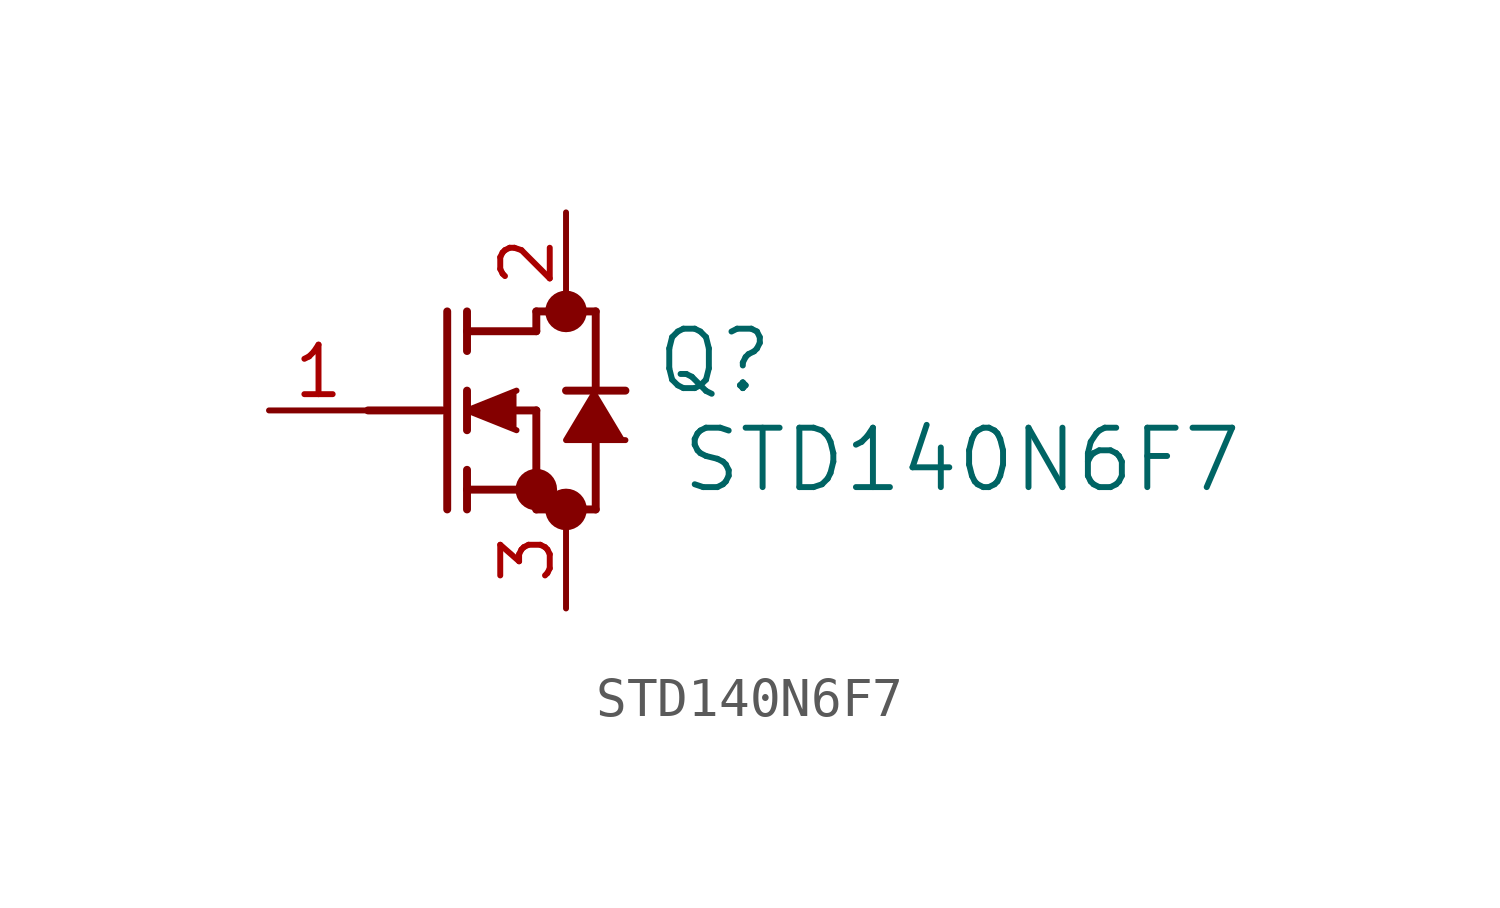
<source format=kicad_sym>
(kicad_symbol_lib
  (version 20231120)
  (generator "kicad_symbol_editor")
  (generator_version "8.0")
  (symbol "STD140N6F7"
    (pin_names
      (offset 0.254) hide)
    (property "Reference" "Q"
      (at 5.08 1.27 0)
      (effects (font (size 1.524 1.524))))
    (property "Value" "STD140N6F7"
      (at 11.43 -1.27 0)
      (effects (font (size 1.524 1.524))))
    (symbol "STD140N6F7_0_1"
      (polyline (pts (xy -3.81 0) (xy -1.905 0)) (stroke (width 0.203) (type default)) (fill (type none)))
      (polyline (pts (xy -1.778 -2.54) (xy -1.778 2.54)) (stroke (width 0.203) (type default)) (fill (type none)))
      (polyline (pts (xy -1.27 -2.54) (xy -1.27 -1.524)) (stroke (width 0.203) (type default)) (fill (type none)))
      (polyline (pts (xy -1.27 -2.032) (xy 0.508 -2.032)) (stroke (width 0.203) (type default)) (fill (type none)))
      (polyline (pts (xy -1.27 -0.508) (xy -1.27 0.508)) (stroke (width 0.203) (type default)) (fill (type none)))
      (polyline (pts (xy -1.27 1.524) (xy -1.27 2.54)) (stroke (width 0.203) (type default)) (fill (type none)))
      (polyline (pts (xy -1.27 2.032) (xy 0.508 2.032)) (stroke (width 0.203) (type default)) (fill (type none)))
      (polyline (pts (xy 0 0) (xy 0.508 0)) (stroke (width 0.203) (type default)) (fill (type none)))
      (polyline (pts (xy 0.508 -2.54) (xy 0.508 0)) (stroke (width 0.203) (type default)) (fill (type none)))
      (polyline (pts (xy 0.508 -2.54) (xy 2.032 -2.54)) (stroke (width 0.203) (type default)) (fill (type none)))
      (polyline (pts (xy 0.508 2.032) (xy 0.508 2.54)) (stroke (width 0.203) (type default)) (fill (type none)))
      (polyline (pts (xy 0.508 2.54) (xy 2.032 2.54)) (stroke (width 0.203) (type default)) (fill (type none)))
      (polyline (pts (xy 2.032 -2.54) (xy 2.032 -0.762)) (stroke (width 0.203) (type default)) (fill (type none)))
      (polyline (pts (xy 2.032 0.508) (xy 2.032 2.54)) (stroke (width 0.203) (type default)) (fill (type none)))
      (polyline (pts (xy 2.794 0.508) (xy 1.27 0.508)) (stroke (width 0.203) (type default)) (fill (type none)))
      (polyline (pts (xy 0 0.508) (xy -1.27 0) (xy 0 -0.508)) (stroke (width 0) (type default)) (fill (type outline)))
      (polyline (pts (xy 2.794 -0.762) (xy 1.27 -0.762) (xy 2.032 0.508)) (stroke (width 0) (type default)) (fill (type outline)))
      (circle (center 0.508 -2.032) (radius 0.025) (stroke (width 0.508) (type default)) (fill (type none)))
      (circle (center 1.27 -2.54) (radius 0.025) (stroke (width 0.508) (type default)) (fill (type none)))
      (circle (center 1.27 2.54) (radius 0.025) (stroke (width 0.508) (type default)) (fill (type none))))
    (symbol "STD140N6F7_1_1"
      (pin input line (at -6.35 0 0) (length 2.54) (name "G" (effects (font (size 1.27 1.27)))) (number "1" (effects (font (size 1.27 1.27)))))
      (pin input line (at 1.27 5.08 270) (length 2.54) (name "D" (effects (font (size 1.27 1.27)))) (number "2" (effects (font (size 1.27 1.27)))))
      (pin output line (at 1.27 -5.08 90) (length 2.54) (name "S" (effects (font (size 1.27 1.27)))) (number "3" (effects (font (size 1.27 1.27))))))))
</source>
